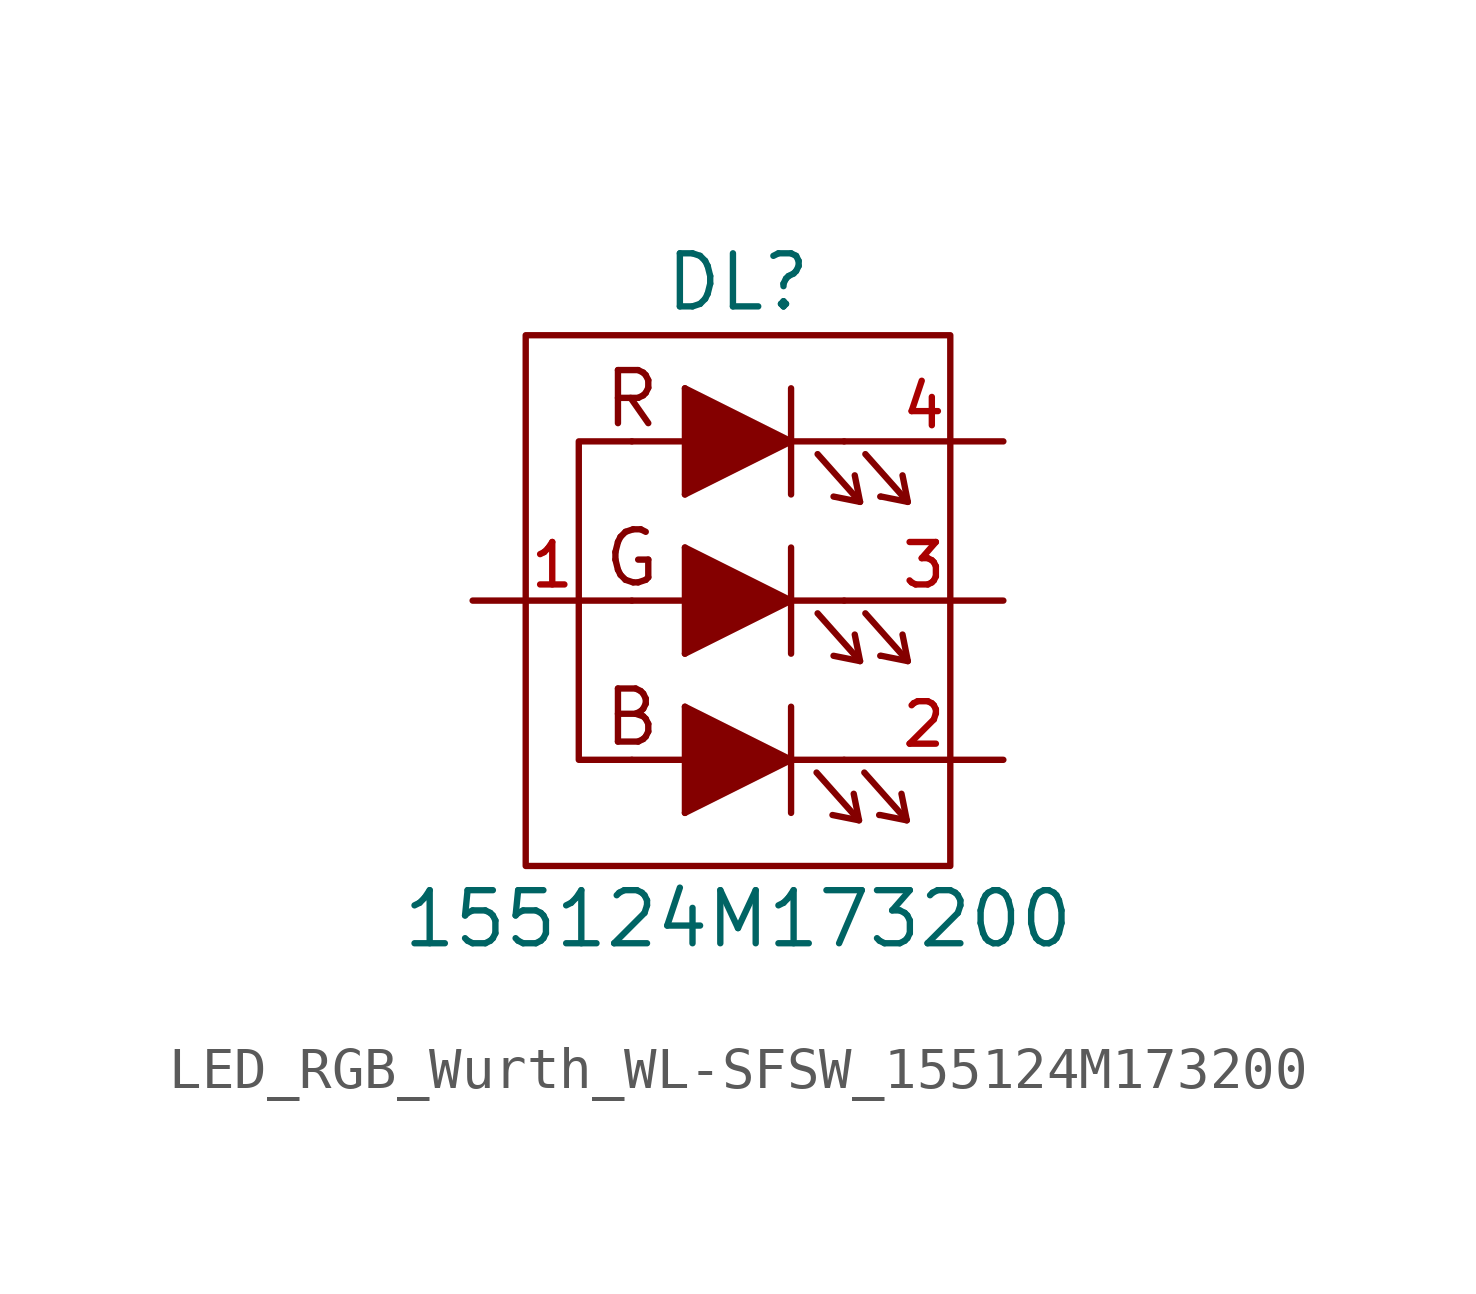
<source format=kicad_sym>
(kicad_symbol_lib
  (version 20220914)
  (generator kicad_symbol_editor)
  (symbol "LED_RGB_Wurth_WL-SFSW_155124M173200"
    (pin_names
      (offset 0) hide)
    (property "Reference" "DL"
      (at 0 7.62 0)
      (effects (font (size 1.27 1.27))))
    (property "Value" "155124M173200"
      (at 0 -7.62 0)
      (effects (font (size 1.27 1.27))))
    (symbol "LED_RGB_Wurth_WL-SFSW_155124M173200_0_0"
      (polyline (pts (xy -1.27 -2.54) (xy -1.27 -5.08)) (stroke (width 0) (type default)) (fill (type none)))
      (polyline (pts (xy -1.27 1.27) (xy -1.27 -1.27)) (stroke (width 0) (type default)) (fill (type none)))
      (polyline (pts (xy -1.27 5.08) (xy -1.27 2.54)) (stroke (width 0) (type default)) (fill (type none)))
      (text "B" (at -2.54 -2.794 0) (effects (font (size 1.27 1.27))))
      (text "G" (at -2.54 1.016 0) (effects (font (size 1.27 1.27))))
      (text "R" (at -2.54 4.826 0) (effects (font (size 1.27 1.27)))))
    (symbol "LED_RGB_Wurth_WL-SFSW_155124M173200_0_1"
      (rectangle (start -5.08 6.35) (end 5.08 -6.35) (stroke (width 0) (type default)) (fill (type none)))
      (polyline (pts (xy -2.54 -3.81) (xy -1.27 -3.81)) (stroke (width 0) (type default)) (fill (type none)))
      (polyline (pts (xy -2.54 0) (xy -1.27 0)) (stroke (width 0) (type default)) (fill (type none)))
      (polyline (pts (xy -2.54 3.81) (xy -1.27 3.81)) (stroke (width 0) (type default)) (fill (type none)))
      (polyline (pts (xy 1.27 -2.54) (xy 1.27 -5.08)) (stroke (width 0) (type default)) (fill (type none)))
      (polyline (pts (xy 1.27 1.27) (xy 1.27 -1.27)) (stroke (width 0) (type default)) (fill (type none)))
      (polyline (pts (xy 1.27 3.81) (xy 2.54 3.81)) (stroke (width 0) (type default)) (fill (type none)))
      (polyline (pts (xy 1.27 5.08) (xy 1.27 2.54)) (stroke (width 0) (type default)) (fill (type none)))
      (polyline (pts (xy 2.54 -3.81) (xy 1.27 -3.81)) (stroke (width 0) (type default)) (fill (type none)))
      (polyline (pts (xy 2.54 0) (xy 1.27 0)) (stroke (width 0) (type default)) (fill (type none)))
      (polyline (pts (xy 2.896 -5.258) (xy 1.88 -4.115)) (stroke (width 0) (type default)) (fill (type none)))
      (polyline (pts (xy 2.921 -1.448) (xy 1.905 -0.305)) (stroke (width 0) (type default)) (fill (type none)))
      (polyline (pts (xy 2.921 2.362) (xy 1.905 3.505)) (stroke (width 0) (type default)) (fill (type none)))
      (polyline (pts (xy 3.378 -5.131) (xy 3.378 -5.131)) (stroke (width 0) (type default)) (fill (type none)))
      (polyline (pts (xy 3.404 -1.321) (xy 3.404 -1.321)) (stroke (width 0) (type default)) (fill (type none)))
      (polyline (pts (xy 3.404 2.489) (xy 3.404 2.489)) (stroke (width 0) (type default)) (fill (type none)))
      (polyline (pts (xy 4.039 -5.258) (xy 3.023 -4.115)) (stroke (width 0) (type default)) (fill (type none)))
      (polyline (pts (xy 4.064 -1.448) (xy 3.048 -0.305)) (stroke (width 0) (type default)) (fill (type none)))
      (polyline (pts (xy 4.064 2.362) (xy 3.048 3.505)) (stroke (width 0) (type default)) (fill (type none)))
      (polyline (pts (xy -1.27 -2.54) (xy 1.27 -3.81) (xy -1.27 -5.08)) (stroke (width 0) (type default)) (fill (type outline)))
      (polyline (pts (xy -1.27 1.27) (xy 1.27 0) (xy -1.27 -1.27)) (stroke (width 0) (type default)) (fill (type outline)))
      (polyline (pts (xy -1.27 5.08) (xy 1.27 3.81) (xy -1.27 2.54)) (stroke (width 0) (type default)) (fill (type outline)))
      (polyline (pts (xy 2.769 -4.623) (xy 2.896 -5.258) (xy 2.261 -5.131)) (stroke (width 0) (type default)) (fill (type none)))
      (polyline (pts (xy 2.794 -0.813) (xy 2.921 -1.448) (xy 2.286 -1.321)) (stroke (width 0) (type default)) (fill (type none)))
      (polyline (pts (xy 2.794 2.997) (xy 2.921 2.362) (xy 2.286 2.489)) (stroke (width 0) (type default)) (fill (type none)))
      (polyline (pts (xy 3.404 -5.131) (xy 4.039 -5.258) (xy 3.912 -4.623)) (stroke (width 0) (type default)) (fill (type none)))
      (polyline (pts (xy 3.429 -1.321) (xy 4.064 -1.448) (xy 3.937 -0.813)) (stroke (width 0) (type default)) (fill (type none)))
      (polyline (pts (xy 3.429 2.489) (xy 4.064 2.362) (xy 3.937 2.997)) (stroke (width 0) (type default)) (fill (type none)))
      (polyline (pts (xy -2.54 3.81) (xy -3.81 3.81) (xy -3.81 0) (xy -3.81 -3.81) (xy -2.54 -3.81)) (stroke (width 0) (type default)) (fill (type none))))
    (symbol "LED_RGB_Wurth_WL-SFSW_155124M173200_1_1"
      (pin passive line (at -6.35 0 0) (length 3.81) (name "A" (effects (font (size 1.016 1.016)))) (number "1" (effects (font (size 1.016 1.016)))))
      (pin passive line (at 6.35 -3.81 180) (length 3.81) (name "BK" (effects (font (size 1.016 1.016)))) (number "2" (effects (font (size 1.016 1.016)))))
      (pin passive line (at 6.35 0 180) (length 3.81) (name "GK" (effects (font (size 1.016 1.016)))) (number "3" (effects (font (size 1.016 1.016)))))
      (pin passive line (at 6.35 3.81 180) (length 3.81) (name "RK" (effects (font (size 1.016 1.016)))) (number "4" (effects (font (size 1.016 1.016))))))))
</source>
